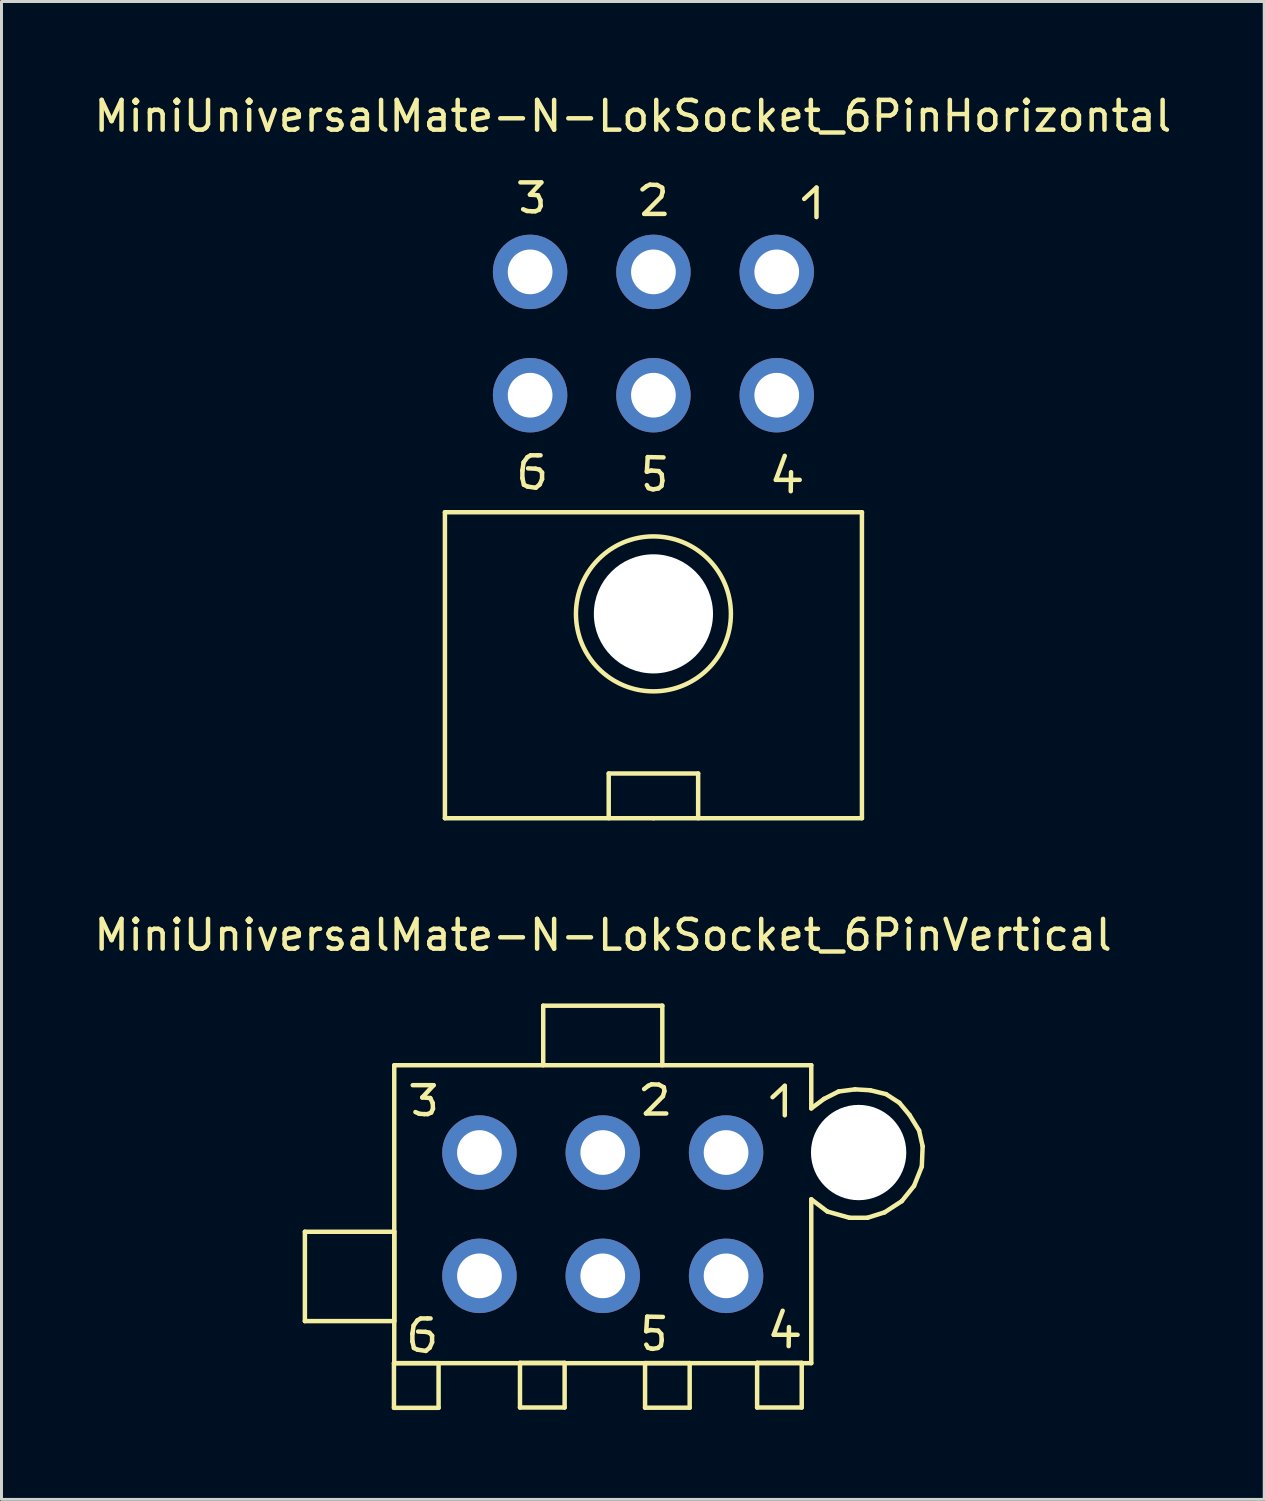
<source format=kicad_pcb>
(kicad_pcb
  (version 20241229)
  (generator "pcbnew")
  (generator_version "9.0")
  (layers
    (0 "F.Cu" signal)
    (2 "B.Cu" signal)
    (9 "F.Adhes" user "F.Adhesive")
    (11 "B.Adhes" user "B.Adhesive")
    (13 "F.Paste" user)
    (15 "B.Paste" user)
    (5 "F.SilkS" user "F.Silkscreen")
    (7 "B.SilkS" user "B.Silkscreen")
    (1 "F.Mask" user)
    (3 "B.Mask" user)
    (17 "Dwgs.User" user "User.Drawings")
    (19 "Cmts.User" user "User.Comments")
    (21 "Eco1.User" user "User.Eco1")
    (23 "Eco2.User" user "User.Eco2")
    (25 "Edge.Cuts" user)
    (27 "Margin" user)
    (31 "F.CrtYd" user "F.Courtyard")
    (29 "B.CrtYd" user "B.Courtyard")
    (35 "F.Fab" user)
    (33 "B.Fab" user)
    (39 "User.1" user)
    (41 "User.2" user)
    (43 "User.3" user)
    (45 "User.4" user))
  (footprint "MiniUniversalMate-N-LokSocket_6PinVertical"
    (layer "F.Cu")
    (at 17.186 37.713)
    (property "Reference" "MiniUniversalMate-N-LokSocket_6PinVertical" (at 0.01 -9.37 0) (layer "F.SilkS") (effects (font (size 1 1) (thickness 0.15))))
    (attr through_hole)
    (fp_line (start -10 0.589) (end -7 0.589) (stroke (width 0.15) (type solid)) (layer "F.SilkS"))
    (fp_line (start -10 3.589) (end -10 0.589) (stroke (width 0.15) (type solid)) (layer "F.SilkS"))
    (fp_line (start -7.01 5.001) (end -5.512 5.001) (stroke (width 0.15) (type solid)) (layer "F.SilkS"))
    (fp_line (start -7.01 6.5) (end -7.01 5.001) (stroke (width 0.15) (type solid)) (layer "F.SilkS"))
    (fp_line (start -7 -5.001) (end 7 -5.001) (stroke (width 0.15) (type solid)) (layer "F.SilkS"))
    (fp_line (start -7 0.589) (end -7 3.589) (stroke (width 0.15) (type solid)) (layer "F.SilkS"))
    (fp_line (start -7 3.589) (end -10 3.589) (stroke (width 0.15) (type solid)) (layer "F.SilkS"))
    (fp_line (start -7 5.001) (end -7 -5.001) (stroke (width 0.15) (type solid)) (layer "F.SilkS"))
    (fp_line (start -6.391 4.011) (end -6.391 4.27) (stroke (width 0.15) (type solid)) (layer "F.SilkS"))
    (fp_line (start -6.391 4.27) (end -6.34 4.491) (stroke (width 0.15) (type solid)) (layer "F.SilkS"))
    (fp_line (start -6.38 -4.331) (end -5.679 -4.331) (stroke (width 0.15) (type solid)) (layer "F.SilkS"))
    (fp_line (start -6.35 3.739) (end -6.391 4.011) (stroke (width 0.15) (type solid)) (layer "F.SilkS"))
    (fp_line (start -6.34 4.491) (end -6.22 4.549) (stroke (width 0.15) (type solid)) (layer "F.SilkS"))
    (fp_line (start -6.22 3.561) (end -6.35 3.739) (stroke (width 0.15) (type solid)) (layer "F.SilkS"))
    (fp_line (start -6.22 4.549) (end -5.941 4.59) (stroke (width 0.15) (type solid)) (layer "F.SilkS"))
    (fp_line (start -6.16 -3.371) (end -6.289 -3.429) (stroke (width 0.15) (type solid)) (layer "F.SilkS"))
    (fp_line (start -6.111 3.5) (end -6.22 3.561) (stroke (width 0.15) (type solid)) (layer "F.SilkS"))
    (fp_line (start -6.06 -3.919) (end -5.791 -3.899) (stroke (width 0.15) (type solid)) (layer "F.SilkS"))
    (fp_line (start -5.989 -3.36) (end -6.16 -3.371) (stroke (width 0.15) (type solid)) (layer "F.SilkS"))
    (fp_line (start -5.951 3.95) (end -6.2 3.94) (stroke (width 0.15) (type solid)) (layer "F.SilkS"))
    (fp_line (start -5.941 4.59) (end -5.809 4.481) (stroke (width 0.15) (type solid)) (layer "F.SilkS"))
    (fp_line (start -5.88 -3.36) (end -5.989 -3.36) (stroke (width 0.15) (type solid)) (layer "F.SilkS"))
    (fp_line (start -5.88 3.5) (end -6.111 3.5) (stroke (width 0.15) (type solid)) (layer "F.SilkS"))
    (fp_line (start -5.819 3.98) (end -5.951 3.95) (stroke (width 0.15) (type solid)) (layer "F.SilkS"))
    (fp_line (start -5.809 4.481) (end -5.73 4.3) (stroke (width 0.15) (type solid)) (layer "F.SilkS"))
    (fp_line (start -5.791 -3.899) (end -5.71 -3.731) (stroke (width 0.15) (type solid)) (layer "F.SilkS"))
    (fp_line (start -5.781 3.5) (end -5.88 3.5) (stroke (width 0.15) (type solid)) (layer "F.SilkS"))
    (fp_line (start -5.761 -3.411) (end -5.88 -3.36) (stroke (width 0.15) (type solid)) (layer "F.SilkS"))
    (fp_line (start -5.73 4.079) (end -5.819 3.98) (stroke (width 0.15) (type solid)) (layer "F.SilkS"))
    (fp_line (start -5.73 4.3) (end -5.73 4.079) (stroke (width 0.15) (type solid)) (layer "F.SilkS"))
    (fp_line (start -5.71 -3.731) (end -5.7 -3.541) (stroke (width 0.15) (type solid)) (layer "F.SilkS"))
    (fp_line (start -5.7 -3.541) (end -5.761 -3.411) (stroke (width 0.15) (type solid)) (layer "F.SilkS"))
    (fp_line (start -5.679 -4.331) (end -6.06 -3.919) (stroke (width 0.15) (type solid)) (layer "F.SilkS"))
    (fp_line (start -5.512 5.001) (end -5.512 6.5) (stroke (width 0.15) (type solid)) (layer "F.SilkS"))
    (fp_line (start -5.512 6.5) (end -7.01 6.5) (stroke (width 0.15) (type solid)) (layer "F.SilkS"))
    (fp_line (start -2.779 4.991) (end -1.28 4.991) (stroke (width 0.15) (type solid)) (layer "F.SilkS"))
    (fp_line (start -2.779 6.49) (end -2.779 4.991) (stroke (width 0.15) (type solid)) (layer "F.SilkS"))
    (fp_line (start -1.999 -7) (end -1.999 -5.001) (stroke (width 0.15) (type solid)) (layer "F.SilkS"))
    (fp_line (start -1.28 4.991) (end -1.28 6.49) (stroke (width 0.15) (type solid)) (layer "F.SilkS"))
    (fp_line (start -1.28 6.49) (end -2.779 6.49) (stroke (width 0.15) (type solid)) (layer "F.SilkS"))
    (fp_line (start 1.389 -4.201) (end 1.529 -4.31) (stroke (width 0.15) (type solid)) (layer "F.SilkS"))
    (fp_line (start 1.42 4.999) (end 2.918 4.999) (stroke (width 0.15) (type solid)) (layer "F.SilkS"))
    (fp_line (start 1.42 6.497) (end 1.42 4.999) (stroke (width 0.15) (type solid)) (layer "F.SilkS"))
    (fp_line (start 1.45 -3.381) (end 2.131 -3.381) (stroke (width 0.15) (type solid)) (layer "F.SilkS"))
    (fp_line (start 1.46 3.929) (end 1.61 3.889) (stroke (width 0.15) (type solid)) (layer "F.SilkS"))
    (fp_line (start 1.491 3.439) (end 1.46 3.929) (stroke (width 0.15) (type solid)) (layer "F.SilkS"))
    (fp_line (start 1.519 4.481) (end 1.46 4.379) (stroke (width 0.15) (type solid)) (layer "F.SilkS"))
    (fp_line (start 1.529 -4.31) (end 1.641 -4.361) (stroke (width 0.15) (type solid)) (layer "F.SilkS"))
    (fp_line (start 1.61 3.889) (end 1.859 3.909) (stroke (width 0.15) (type solid)) (layer "F.SilkS"))
    (fp_line (start 1.621 4.511) (end 1.519 4.481) (stroke (width 0.15) (type solid)) (layer "F.SilkS"))
    (fp_line (start 1.641 -4.361) (end 1.88 -4.351) (stroke (width 0.15) (type solid)) (layer "F.SilkS"))
    (fp_line (start 1.679 4.521) (end 1.621 4.511) (stroke (width 0.15) (type solid)) (layer "F.SilkS"))
    (fp_line (start 1.849 4.491) (end 1.679 4.521) (stroke (width 0.15) (type solid)) (layer "F.SilkS"))
    (fp_line (start 1.859 3.909) (end 1.961 4.021) (stroke (width 0.15) (type solid)) (layer "F.SilkS"))
    (fp_line (start 1.88 -4.351) (end 2.05 -4.26) (stroke (width 0.15) (type solid)) (layer "F.SilkS"))
    (fp_line (start 1.951 4.409) (end 1.849 4.491) (stroke (width 0.15) (type solid)) (layer "F.SilkS"))
    (fp_line (start 1.961 4.021) (end 1.981 4.229) (stroke (width 0.15) (type solid)) (layer "F.SilkS"))
    (fp_line (start 1.981 4.229) (end 1.951 4.409) (stroke (width 0.15) (type solid)) (layer "F.SilkS"))
    (fp_line (start 1.999 -7) (end -1.999 -7) (stroke (width 0.15) (type solid)) (layer "F.SilkS"))
    (fp_line (start 1.999 -5.001) (end 1.999 -7) (stroke (width 0.15) (type solid)) (layer "F.SilkS"))
    (fp_line (start 2.019 -3.96) (end 1.45 -3.381) (stroke (width 0.15) (type solid)) (layer "F.SilkS"))
    (fp_line (start 2.019 3.449) (end 1.491 3.439) (stroke (width 0.15) (type solid)) (layer "F.SilkS"))
    (fp_line (start 2.05 -4.26) (end 2.07 -4.13) (stroke (width 0.15) (type solid)) (layer "F.SilkS"))
    (fp_line (start 2.07 -4.13) (end 2.019 -3.96) (stroke (width 0.15) (type solid)) (layer "F.SilkS"))
    (fp_line (start 2.918 4.999) (end 2.918 6.497) (stroke (width 0.15) (type solid)) (layer "F.SilkS"))
    (fp_line (start 2.918 6.497) (end 1.42 6.497) (stroke (width 0.15) (type solid)) (layer "F.SilkS"))
    (fp_line (start 5.182 4.991) (end 6.68 4.991) (stroke (width 0.15) (type solid)) (layer "F.SilkS"))
    (fp_line (start 5.182 6.49) (end 5.182 4.991) (stroke (width 0.15) (type solid)) (layer "F.SilkS"))
    (fp_line (start 5.7 -3.929) (end 6.111 -4.31) (stroke (width 0.15) (type solid)) (layer "F.SilkS"))
    (fp_line (start 5.74 4.049) (end 6.54 4.049) (stroke (width 0.15) (type solid)) (layer "F.SilkS"))
    (fp_line (start 6.04 3.241) (end 5.74 4.049) (stroke (width 0.15) (type solid)) (layer "F.SilkS"))
    (fp_line (start 6.111 -4.31) (end 6.111 -3.32) (stroke (width 0.15) (type solid)) (layer "F.SilkS"))
    (fp_line (start 6.241 4.43) (end 6.251 3.79) (stroke (width 0.15) (type solid)) (layer "F.SilkS"))
    (fp_line (start 6.68 4.991) (end 6.68 6.49) (stroke (width 0.15) (type solid)) (layer "F.SilkS"))
    (fp_line (start 6.68 6.49) (end 5.182 6.49) (stroke (width 0.15) (type solid)) (layer "F.SilkS"))
    (fp_line (start 7 -5.001) (end 7 -3.551) (stroke (width 0.15) (type solid)) (layer "F.SilkS"))
    (fp_line (start 7 -0.5) (end 7.541 -0.089) (stroke (width 0.15) (type solid)) (layer "F.SilkS"))
    (fp_line (start 7 5.001) (end -7 5.001) (stroke (width 0.15) (type solid)) (layer "F.SilkS"))
    (fp_line (start 7 5.001) (end 7 -0.5) (stroke (width 0.15) (type solid)) (layer "F.SilkS"))
    (fp_line (start 7.429 -3.871) (end 7 -3.551) (stroke (width 0.15) (type solid)) (layer "F.SilkS"))
    (fp_line (start 7.541 -0.089) (end 8.28 0.119) (stroke (width 0.15) (type solid)) (layer "F.SilkS"))
    (fp_line (start 7.92 -4.12) (end 7.429 -3.871) (stroke (width 0.15) (type solid)) (layer "F.SilkS"))
    (fp_line (start 8.28 0.119) (end 8.89 0.119) (stroke (width 0.15) (type solid)) (layer "F.SilkS"))
    (fp_line (start 8.471 -4.191) (end 7.92 -4.12) (stroke (width 0.15) (type solid)) (layer "F.SilkS"))
    (fp_line (start 8.89 0.119) (end 9.459 -0.061) (stroke (width 0.15) (type solid)) (layer "F.SilkS"))
    (fp_line (start 8.979 -4.161) (end 8.471 -4.191) (stroke (width 0.15) (type solid)) (layer "F.SilkS"))
    (fp_line (start 9.459 -0.061) (end 10.041 -0.439) (stroke (width 0.15) (type solid)) (layer "F.SilkS"))
    (fp_line (start 9.51 -4.031) (end 8.979 -4.161) (stroke (width 0.15) (type solid)) (layer "F.SilkS"))
    (fp_line (start 9.959 -3.739) (end 9.51 -4.031) (stroke (width 0.15) (type solid)) (layer "F.SilkS"))
    (fp_line (start 10.041 -0.439) (end 10.45 -0.95) (stroke (width 0.15) (type solid)) (layer "F.SilkS"))
    (fp_line (start 10.3 -3.33) (end 9.959 -3.739) (stroke (width 0.15) (type solid)) (layer "F.SilkS"))
    (fp_line (start 10.45 -0.95) (end 10.711 -1.6) (stroke (width 0.15) (type solid)) (layer "F.SilkS"))
    (fp_line (start 10.62 -2.809) (end 10.3 -3.33) (stroke (width 0.15) (type solid)) (layer "F.SilkS"))
    (fp_line (start 10.711 -1.6) (end 10.739 -2.281) (stroke (width 0.15) (type solid)) (layer "F.SilkS"))
    (fp_line (start 10.739 -2.281) (end 10.62 -2.809) (stroke (width 0.15) (type solid)) (layer "F.SilkS"))
    (pad "" np_thru_hole circle (at 8.59 -2.07) (size 3.2 3.2) (drill 3.2) (layers "*.Cu" "*.Mask"))
    (pad "1" thru_hole circle (at 4.14 -2.07) (size 2.499 2.499) (drill 1.501) (layers "*.Cu" "*.Mask"))
    (pad "2" thru_hole circle (at 0 -2.07) (size 2.499 2.499) (drill 1.501) (layers "*.Cu" "*.Mask"))
    (pad "3" thru_hole circle (at -4.14 -2.07) (size 2.499 2.499) (drill 1.501) (layers "*.Cu" "*.Mask"))
    (pad "4" thru_hole circle (at 4.14 2.07) (size 2.499 2.499) (drill 1.501) (layers "*.Cu" "*.Mask"))
    (pad "5" thru_hole circle (at 0 2.07) (size 2.499 2.499) (drill 1.501) (layers "*.Cu" "*.Mask"))
    (pad "6" thru_hole circle (at -4.14 2.07) (size 2.499 2.499) (drill 1.501) (layers "*.Cu" "*.Mask")))
  (footprint "MiniUniversalMate-N-LokSocket_6PinHorizontal"
    (layer "F.Cu")
    (at 18.887 8.148)
    (property "Reference" "MiniUniversalMate-N-LokSocket_6PinHorizontal" (at -0.691 -7.3 0) (layer "F.SilkS") (effects (font (size 1 1) (thickness 0.15))))
    (attr through_hole)
    (fp_line (start -7 5.999) (end 7 5.999) (stroke (width 0.15) (type solid)) (layer "F.SilkS"))
    (fp_line (start -7 16.271) (end -7 5.999) (stroke (width 0.15) (type solid)) (layer "F.SilkS"))
    (fp_line (start -4.465 -5.075) (end -3.764 -5.075) (stroke (width 0.15) (type solid)) (layer "F.SilkS"))
    (fp_line (start -4.399 4.597) (end -4.399 4.856) (stroke (width 0.15) (type solid)) (layer "F.SilkS"))
    (fp_line (start -4.399 4.856) (end -4.348 5.077) (stroke (width 0.15) (type solid)) (layer "F.SilkS"))
    (fp_line (start -4.359 4.326) (end -4.399 4.597) (stroke (width 0.15) (type solid)) (layer "F.SilkS"))
    (fp_line (start -4.348 5.077) (end -4.229 5.136) (stroke (width 0.15) (type solid)) (layer "F.SilkS"))
    (fp_line (start -4.244 -4.115) (end -4.374 -4.173) (stroke (width 0.15) (type solid)) (layer "F.SilkS"))
    (fp_line (start -4.229 4.148) (end -4.359 4.326) (stroke (width 0.15) (type solid)) (layer "F.SilkS"))
    (fp_line (start -4.229 5.136) (end -3.95 5.177) (stroke (width 0.15) (type solid)) (layer "F.SilkS"))
    (fp_line (start -4.145 -4.663) (end -3.876 -4.643) (stroke (width 0.15) (type solid)) (layer "F.SilkS"))
    (fp_line (start -4.12 4.087) (end -4.229 4.148) (stroke (width 0.15) (type solid)) (layer "F.SilkS"))
    (fp_line (start -4.074 -4.105) (end -4.244 -4.115) (stroke (width 0.15) (type solid)) (layer "F.SilkS"))
    (fp_line (start -3.965 -4.105) (end -4.074 -4.105) (stroke (width 0.15) (type solid)) (layer "F.SilkS"))
    (fp_line (start -3.96 4.536) (end -4.209 4.526) (stroke (width 0.15) (type solid)) (layer "F.SilkS"))
    (fp_line (start -3.95 5.177) (end -3.818 5.067) (stroke (width 0.15) (type solid)) (layer "F.SilkS"))
    (fp_line (start -3.889 4.087) (end -4.12 4.087) (stroke (width 0.15) (type solid)) (layer "F.SilkS"))
    (fp_line (start -3.876 -4.643) (end -3.795 -4.475) (stroke (width 0.15) (type solid)) (layer "F.SilkS"))
    (fp_line (start -3.846 -4.155) (end -3.965 -4.105) (stroke (width 0.15) (type solid)) (layer "F.SilkS"))
    (fp_line (start -3.828 4.567) (end -3.96 4.536) (stroke (width 0.15) (type solid)) (layer "F.SilkS"))
    (fp_line (start -3.818 5.067) (end -3.739 4.887) (stroke (width 0.15) (type solid)) (layer "F.SilkS"))
    (fp_line (start -3.795 -4.475) (end -3.785 -4.285) (stroke (width 0.15) (type solid)) (layer "F.SilkS"))
    (fp_line (start -3.79 4.087) (end -3.889 4.087) (stroke (width 0.15) (type solid)) (layer "F.SilkS"))
    (fp_line (start -3.785 -4.285) (end -3.846 -4.155) (stroke (width 0.15) (type solid)) (layer "F.SilkS"))
    (fp_line (start -3.764 -5.075) (end -4.145 -4.663) (stroke (width 0.15) (type solid)) (layer "F.SilkS"))
    (fp_line (start -3.739 4.666) (end -3.828 4.567) (stroke (width 0.15) (type solid)) (layer "F.SilkS"))
    (fp_line (start -3.739 4.887) (end -3.739 4.666) (stroke (width 0.15) (type solid)) (layer "F.SilkS"))
    (fp_line (start -1.501 14.77) (end -1.501 16.271) (stroke (width 0.15) (type solid)) (layer "F.SilkS"))
    (fp_line (start -0.368 -4.839) (end -0.229 -4.948) (stroke (width 0.15) (type solid)) (layer "F.SilkS"))
    (fp_line (start -0.307 -4.018) (end 0.373 -4.018) (stroke (width 0.15) (type solid)) (layer "F.SilkS"))
    (fp_line (start -0.229 -4.948) (end -0.117 -4.999) (stroke (width 0.15) (type solid)) (layer "F.SilkS"))
    (fp_line (start -0.221 4.638) (end -0.071 4.597) (stroke (width 0.15) (type solid)) (layer "F.SilkS"))
    (fp_line (start -0.191 4.148) (end -0.221 4.638) (stroke (width 0.15) (type solid)) (layer "F.SilkS"))
    (fp_line (start -0.163 5.189) (end -0.221 5.088) (stroke (width 0.15) (type solid)) (layer "F.SilkS"))
    (fp_line (start -0.117 -4.999) (end 0.122 -4.989) (stroke (width 0.15) (type solid)) (layer "F.SilkS"))
    (fp_line (start -0.071 4.597) (end 0.178 4.618) (stroke (width 0.15) (type solid)) (layer "F.SilkS"))
    (fp_line (start -0.061 5.22) (end -0.163 5.189) (stroke (width 0.15) (type solid)) (layer "F.SilkS"))
    (fp_line (start -0.003 5.23) (end -0.061 5.22) (stroke (width 0.15) (type solid)) (layer "F.SilkS"))
    (fp_line (start 0 16.271) (end -7 16.271) (stroke (width 0.15) (type solid)) (layer "F.SilkS"))
    (fp_line (start 0 16.271) (end 7 16.271) (stroke (width 0.15) (type solid)) (layer "F.SilkS"))
    (fp_line (start 0.122 -4.989) (end 0.292 -4.897) (stroke (width 0.15) (type solid)) (layer "F.SilkS"))
    (fp_line (start 0.168 5.199) (end -0.003 5.23) (stroke (width 0.15) (type solid)) (layer "F.SilkS"))
    (fp_line (start 0.178 4.618) (end 0.279 4.729) (stroke (width 0.15) (type solid)) (layer "F.SilkS"))
    (fp_line (start 0.262 -4.597) (end -0.307 -4.018) (stroke (width 0.15) (type solid)) (layer "F.SilkS"))
    (fp_line (start 0.269 5.118) (end 0.168 5.199) (stroke (width 0.15) (type solid)) (layer "F.SilkS"))
    (fp_line (start 0.279 4.729) (end 0.3 4.938) (stroke (width 0.15) (type solid)) (layer "F.SilkS"))
    (fp_line (start 0.292 -4.897) (end 0.312 -4.768) (stroke (width 0.15) (type solid)) (layer "F.SilkS"))
    (fp_line (start 0.3 4.938) (end 0.269 5.118) (stroke (width 0.15) (type solid)) (layer "F.SilkS"))
    (fp_line (start 0.312 -4.768) (end 0.262 -4.597) (stroke (width 0.15) (type solid)) (layer "F.SilkS"))
    (fp_line (start 0.338 4.158) (end -0.191 4.148) (stroke (width 0.15) (type solid)) (layer "F.SilkS"))
    (fp_line (start 1.501 14.77) (end -1.501 14.77) (stroke (width 0.15) (type solid)) (layer "F.SilkS"))
    (fp_line (start 1.501 16.271) (end 1.501 14.77) (stroke (width 0.15) (type solid)) (layer "F.SilkS"))
    (fp_line (start 4.11 4.912) (end 4.91 4.912) (stroke (width 0.15) (type solid)) (layer "F.SilkS"))
    (fp_line (start 4.409 4.105) (end 4.11 4.912) (stroke (width 0.15) (type solid)) (layer "F.SilkS"))
    (fp_line (start 4.61 5.293) (end 4.62 4.653) (stroke (width 0.15) (type solid)) (layer "F.SilkS"))
    (fp_line (start 5.062 -4.519) (end 5.474 -4.9) (stroke (width 0.15) (type solid)) (layer "F.SilkS"))
    (fp_line (start 5.474 -4.9) (end 5.474 -3.909) (stroke (width 0.15) (type solid)) (layer "F.SilkS"))
    (fp_line (start 7 5.999) (end 7 16.271) (stroke (width 0.15) (type solid)) (layer "F.SilkS"))
    (fp_circle (center 0 9.411) (end 2.601 9.401) (stroke (width 0.15) (type solid)) (fill no) (layer "F.SilkS"))
    (pad "" np_thru_hole circle (at 0 9.411) (size 4 4) (drill 4) (layers "*.Cu" "*.Mask"))
    (pad "1" thru_hole circle (at 4.14 -2.07) (size 2.499 2.499) (drill 1.501) (layers "*.Cu" "*.Mask"))
    (pad "2" thru_hole circle (at 0 -2.07) (size 2.499 2.499) (drill 1.501) (layers "*.Cu" "*.Mask"))
    (pad "3" thru_hole circle (at -4.14 -2.07) (size 2.499 2.499) (drill 1.501) (layers "*.Cu" "*.Mask"))
    (pad "4" thru_hole circle (at 4.14 2.07) (size 2.499 2.499) (drill 1.501) (layers "*.Cu" "*.Mask"))
    (pad "5" thru_hole circle (at 0 2.07) (size 2.499 2.499) (drill 1.501) (layers "*.Cu" "*.Mask"))
    (pad "6" thru_hole circle (at -4.14 2.07) (size 2.499 2.499) (drill 1.501) (layers "*.Cu" "*.Mask")))
  (gr_rect
    (start -3 -3)
    (end 39.393 47.288)
    (stroke (width 0.1) (type default))
    (fill no)
    (layer "Edge.Cuts")))
</source>
